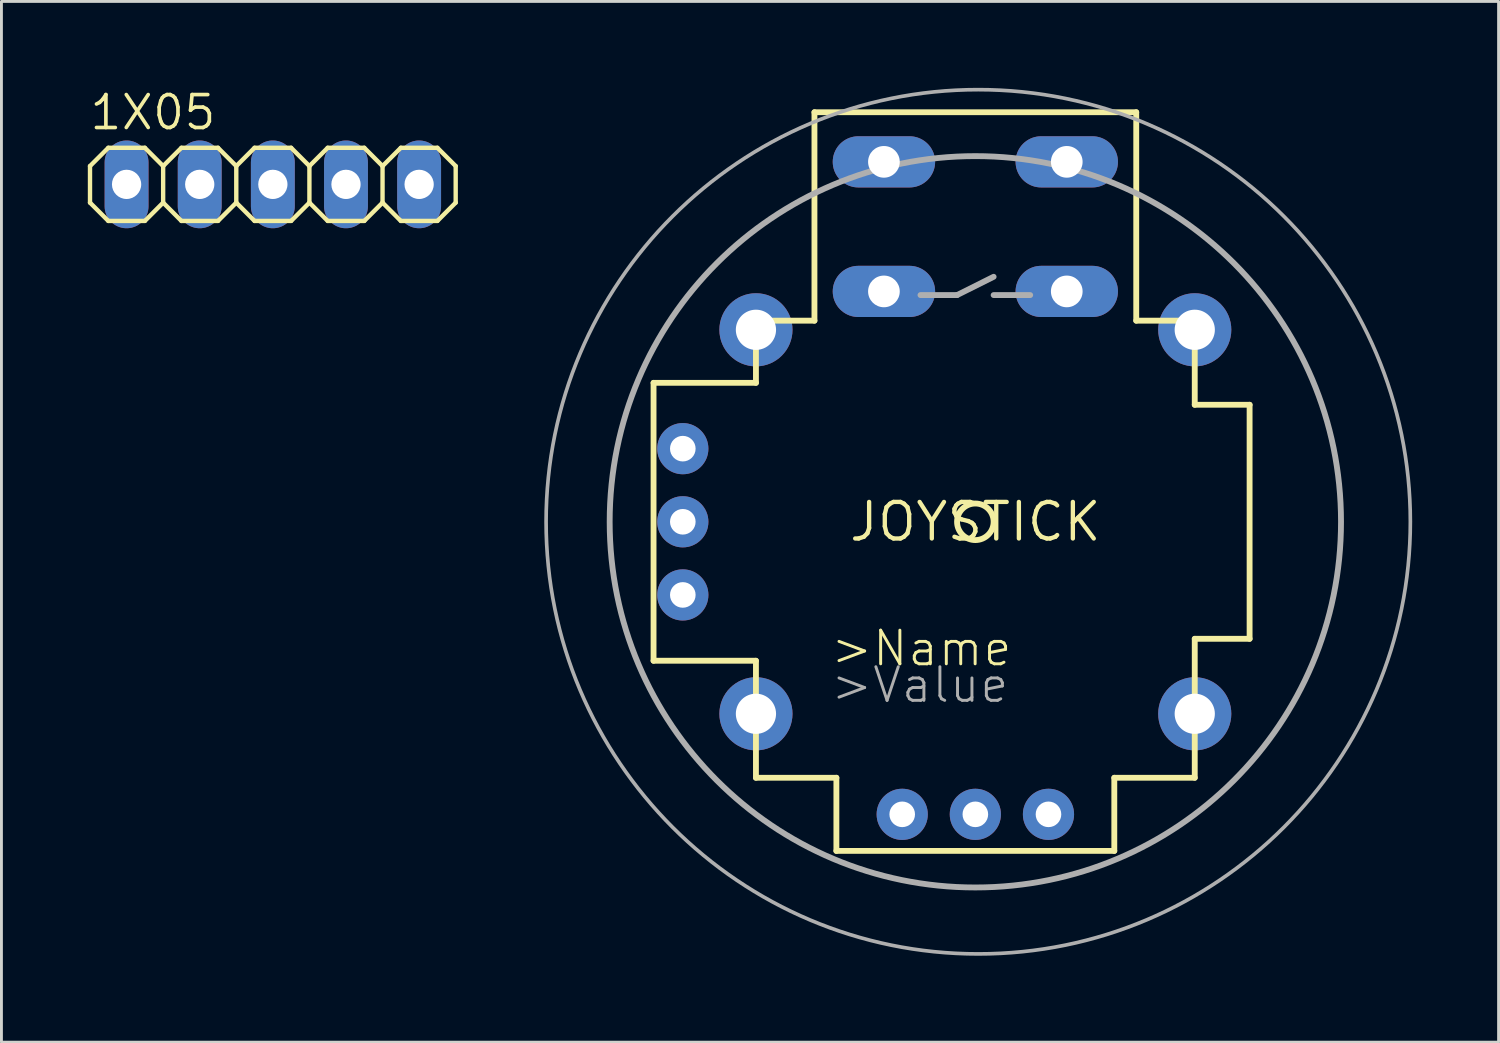
<source format=kicad_pcb>
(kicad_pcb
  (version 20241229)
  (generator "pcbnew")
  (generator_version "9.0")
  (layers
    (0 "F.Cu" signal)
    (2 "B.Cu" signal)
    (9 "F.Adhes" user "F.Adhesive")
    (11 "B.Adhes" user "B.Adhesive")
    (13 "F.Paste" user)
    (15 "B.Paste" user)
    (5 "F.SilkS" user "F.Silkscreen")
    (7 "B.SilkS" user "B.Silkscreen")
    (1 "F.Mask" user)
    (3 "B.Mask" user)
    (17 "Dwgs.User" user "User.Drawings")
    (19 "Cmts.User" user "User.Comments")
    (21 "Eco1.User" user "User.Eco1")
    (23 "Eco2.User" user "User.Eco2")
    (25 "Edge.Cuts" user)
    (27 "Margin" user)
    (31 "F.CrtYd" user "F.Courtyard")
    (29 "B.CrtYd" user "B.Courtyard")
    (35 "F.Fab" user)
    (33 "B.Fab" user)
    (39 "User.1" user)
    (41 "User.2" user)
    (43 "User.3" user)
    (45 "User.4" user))
  (footprint "1X05"
    (layer "F.Cu")
    (at 6.426 3.353)
    (property "Reference" "1X05" (at -6.426 -1.829 0) (layer "F.SilkS") (effects (font (size 1.143 1.143) (thickness 0.127)) (justify left bottom)))
    (fp_line (start -6.35 -0.635) (end -6.35 0.635) (stroke (width 0.152) (type solid)) (layer "F.SilkS"))
    (fp_line (start -6.35 0.635) (end -5.715 1.27) (stroke (width 0.152) (type solid)) (layer "F.SilkS"))
    (fp_line (start -5.715 -1.27) (end -6.35 -0.635) (stroke (width 0.152) (type solid)) (layer "F.SilkS"))
    (fp_line (start -5.715 -1.27) (end -4.445 -1.27) (stroke (width 0.152) (type solid)) (layer "F.SilkS"))
    (fp_line (start -4.445 -1.27) (end -3.81 -0.635) (stroke (width 0.152) (type solid)) (layer "F.SilkS"))
    (fp_line (start -4.445 1.27) (end -5.715 1.27) (stroke (width 0.152) (type solid)) (layer "F.SilkS"))
    (fp_line (start -3.81 -0.635) (end -3.81 0.635) (stroke (width 0.152) (type solid)) (layer "F.SilkS"))
    (fp_line (start -3.81 -0.635) (end -3.175 -1.27) (stroke (width 0.152) (type solid)) (layer "F.SilkS"))
    (fp_line (start -3.81 0.635) (end -4.445 1.27) (stroke (width 0.152) (type solid)) (layer "F.SilkS"))
    (fp_line (start -3.175 -1.27) (end -1.905 -1.27) (stroke (width 0.152) (type solid)) (layer "F.SilkS"))
    (fp_line (start -3.175 1.27) (end -3.81 0.635) (stroke (width 0.152) (type solid)) (layer "F.SilkS"))
    (fp_line (start -1.905 -1.27) (end -1.27 -0.635) (stroke (width 0.152) (type solid)) (layer "F.SilkS"))
    (fp_line (start -1.905 1.27) (end -3.175 1.27) (stroke (width 0.152) (type solid)) (layer "F.SilkS"))
    (fp_line (start -1.27 -0.635) (end -1.27 0.635) (stroke (width 0.152) (type solid)) (layer "F.SilkS"))
    (fp_line (start -1.27 -0.635) (end -0.635 -1.27) (stroke (width 0.152) (type solid)) (layer "F.SilkS"))
    (fp_line (start -1.27 0.635) (end -1.905 1.27) (stroke (width 0.152) (type solid)) (layer "F.SilkS"))
    (fp_line (start -0.635 -1.27) (end 0.635 -1.27) (stroke (width 0.152) (type solid)) (layer "F.SilkS"))
    (fp_line (start -0.635 1.27) (end -1.27 0.635) (stroke (width 0.152) (type solid)) (layer "F.SilkS"))
    (fp_line (start 0.635 -1.27) (end 1.27 -0.635) (stroke (width 0.152) (type solid)) (layer "F.SilkS"))
    (fp_line (start 0.635 1.27) (end -0.635 1.27) (stroke (width 0.152) (type solid)) (layer "F.SilkS"))
    (fp_line (start 1.27 -0.635) (end 1.27 0.635) (stroke (width 0.152) (type solid)) (layer "F.SilkS"))
    (fp_line (start 1.27 0.635) (end 0.635 1.27) (stroke (width 0.152) (type solid)) (layer "F.SilkS"))
    (fp_line (start 1.27 0.635) (end 1.905 1.27) (stroke (width 0.152) (type solid)) (layer "F.SilkS"))
    (fp_line (start 1.905 -1.27) (end 1.27 -0.635) (stroke (width 0.152) (type solid)) (layer "F.SilkS"))
    (fp_line (start 1.905 -1.27) (end 3.175 -1.27) (stroke (width 0.152) (type solid)) (layer "F.SilkS"))
    (fp_line (start 3.175 -1.27) (end 3.81 -0.635) (stroke (width 0.152) (type solid)) (layer "F.SilkS"))
    (fp_line (start 3.175 1.27) (end 1.905 1.27) (stroke (width 0.152) (type solid)) (layer "F.SilkS"))
    (fp_line (start 3.81 -0.635) (end 3.81 0.635) (stroke (width 0.152) (type solid)) (layer "F.SilkS"))
    (fp_line (start 3.81 0.635) (end 3.175 1.27) (stroke (width 0.152) (type solid)) (layer "F.SilkS"))
    (fp_line (start 3.81 0.635) (end 4.445 1.27) (stroke (width 0.152) (type solid)) (layer "F.SilkS"))
    (fp_line (start 4.445 -1.27) (end 3.81 -0.635) (stroke (width 0.152) (type solid)) (layer "F.SilkS"))
    (fp_line (start 4.445 -1.27) (end 5.715 -1.27) (stroke (width 0.152) (type solid)) (layer "F.SilkS"))
    (fp_line (start 5.715 -1.27) (end 6.35 -0.635) (stroke (width 0.152) (type solid)) (layer "F.SilkS"))
    (fp_line (start 5.715 1.27) (end 4.445 1.27) (stroke (width 0.152) (type solid)) (layer "F.SilkS"))
    (fp_line (start 6.35 -0.635) (end 6.35 0.635) (stroke (width 0.152) (type solid)) (layer "F.SilkS"))
    (fp_line (start 6.35 0.635) (end 5.715 1.27) (stroke (width 0.152) (type solid)) (layer "F.SilkS"))
    (fp_poly (pts (xy -5.334 0.254) (xy -4.826 0.254) (xy -4.826 -0.254) (xy -5.334 -0.254)) (stroke (width 0.1) (type solid)) (fill no) (layer "F.Fab"))
    (fp_poly (pts (xy -2.794 0.254) (xy -2.286 0.254) (xy -2.286 -0.254) (xy -2.794 -0.254)) (stroke (width 0.1) (type solid)) (fill no) (layer "F.Fab"))
    (fp_poly (pts (xy -0.254 0.254) (xy 0.254 0.254) (xy 0.254 -0.254) (xy -0.254 -0.254)) (stroke (width 0.1) (type solid)) (fill no) (layer "F.Fab"))
    (fp_poly (pts (xy 2.286 0.254) (xy 2.794 0.254) (xy 2.794 -0.254) (xy 2.286 -0.254)) (stroke (width 0.1) (type solid)) (fill no) (layer "F.Fab"))
    (fp_poly (pts (xy 4.826 0.254) (xy 5.334 0.254) (xy 5.334 -0.254) (xy 4.826 -0.254)) (stroke (width 0.1) (type solid)) (fill no) (layer "F.Fab"))
    (pad "1" thru_hole oval (at -5.08 0 90) (size 3.048 1.524) (drill 1.016) (layers "*.Cu" "*.Mask"))
    (pad "2" thru_hole oval (at -2.54 0 90) (size 3.048 1.524) (drill 1.016) (layers "*.Cu" "*.Mask"))
    (pad "3" thru_hole oval (at 0 0 90) (size 3.048 1.524) (drill 1.016) (layers "*.Cu" "*.Mask"))
    (pad "4" thru_hole oval (at 2.54 0 90) (size 3.048 1.524) (drill 1.016) (layers "*.Cu" "*.Mask"))
    (pad "5" thru_hole oval (at 5.08 0 90) (size 3.048 1.524) (drill 1.016) (layers "*.Cu" "*.Mask")))
  (footprint "JOYSTICK"
    (layer "F.Cu")
    (at 30.824 15.072)
    (property "Reference" "JOYSTICK" (at 0 0 0) (layer "F.SilkS") (effects (font (size 1.27 1.27) (thickness 0.15))))
    (fp_line (start -11.176 -4.826) (end -11.176 4.826) (stroke (width 0.203) (type solid)) (layer "F.SilkS"))
    (fp_line (start -7.62 -4.826) (end -11.176 -4.826) (stroke (width 0.203) (type solid)) (layer "F.SilkS"))
    (fp_line (start -7.62 -4.826) (end -7.62 -6.985) (stroke (width 0.203) (type solid)) (layer "F.SilkS"))
    (fp_line (start -7.62 4.826) (end -11.176 4.826) (stroke (width 0.203) (type solid)) (layer "F.SilkS"))
    (fp_line (start -7.62 4.826) (end -7.62 8.89) (stroke (width 0.203) (type solid)) (layer "F.SilkS"))
    (fp_line (start -5.588 -14.224) (end -5.588 -6.985) (stroke (width 0.203) (type solid)) (layer "F.SilkS"))
    (fp_line (start -5.588 -6.985) (end -7.62 -6.985) (stroke (width 0.203) (type solid)) (layer "F.SilkS"))
    (fp_line (start -4.826 8.89) (end -7.62 8.89) (stroke (width 0.203) (type solid)) (layer "F.SilkS"))
    (fp_line (start -4.826 11.43) (end -4.826 8.89) (stroke (width 0.203) (type solid)) (layer "F.SilkS"))
    (fp_line (start 4.826 8.89) (end 7.62 8.89) (stroke (width 0.203) (type solid)) (layer "F.SilkS"))
    (fp_line (start 4.826 11.43) (end -4.826 11.43) (stroke (width 0.203) (type solid)) (layer "F.SilkS"))
    (fp_line (start 4.826 11.43) (end 4.826 8.89) (stroke (width 0.203) (type solid)) (layer "F.SilkS"))
    (fp_line (start 5.588 -14.224) (end -5.588 -14.224) (stroke (width 0.203) (type solid)) (layer "F.SilkS"))
    (fp_line (start 5.588 -14.224) (end 5.588 -6.985) (stroke (width 0.203) (type solid)) (layer "F.SilkS"))
    (fp_line (start 7.62 -6.985) (end 5.588 -6.985) (stroke (width 0.203) (type solid)) (layer "F.SilkS"))
    (fp_line (start 7.62 -4.064) (end 7.62 -6.985) (stroke (width 0.203) (type solid)) (layer "F.SilkS"))
    (fp_line (start 7.62 -4.064) (end 9.525 -4.064) (stroke (width 0.203) (type solid)) (layer "F.SilkS"))
    (fp_line (start 7.62 4.064) (end 7.62 8.89) (stroke (width 0.203) (type solid)) (layer "F.SilkS"))
    (fp_line (start 7.62 4.064) (end 9.525 4.064) (stroke (width 0.203) (type solid)) (layer "F.SilkS"))
    (fp_line (start 9.525 -4.064) (end 9.525 4.064) (stroke (width 0.203) (type solid)) (layer "F.SilkS"))
    (fp_circle (center 0 0) (end 0.635 0) (stroke (width 0.203) (type solid)) (fill no) (layer "F.SilkS"))
    (fp_line (start -1.905 -7.874) (end -0.635 -7.874) (stroke (width 0.203) (type solid)) (layer "F.Fab"))
    (fp_line (start -0.635 -7.874) (end 0.635 -8.509) (stroke (width 0.203) (type solid)) (layer "F.Fab"))
    (fp_line (start 0.635 -7.874) (end 1.905 -7.874) (stroke (width 0.203) (type solid)) (layer "F.Fab"))
    (fp_circle (center 0 0) (end 12.7 0) (stroke (width 0.203) (type solid)) (fill no) (layer "F.Fab"))
    (fp_circle (center 0.1 0) (end 15.108 0) (stroke (width 0.127) (type solid)) (fill no) (layer "F.Fab"))
    (fp_text user ">Name" (at -5.08 5.08 0) (layer "F.SilkS") (effects (font (size 1.168 1.168) (thickness 0.102)) (justify left bottom)))
    (fp_text user ">Value" (at -5.08 6.35 0) (layer "F.Fab") (effects (font (size 1.168 1.168) (thickness 0.102)) (justify left bottom)))
    (pad "B1A" thru_hole oval (at -3.175 -12.501) (size 3.556 1.778) (drill 1.1) (layers "*.Cu" "*.Mask"))
    (pad "B1B" thru_hole oval (at 3.175 -12.501) (size 3.556 1.778) (drill 1.1) (layers "*.Cu" "*.Mask"))
    (pad "B2A" thru_hole oval (at -3.175 -8.001) (size 3.556 1.778) (drill 1.1) (layers "*.Cu" "*.Mask"))
    (pad "B2B" thru_hole oval (at 3.175 -8.001) (size 3.556 1.778) (drill 1.1) (layers "*.Cu" "*.Mask"))
    (pad "H1" thru_hole circle (at -2.54 10.16) (size 1.778 1.778) (drill 0.889) (layers "*.Cu" "*.Mask"))
    (pad "H2" thru_hole circle (at 0 10.16) (size 1.778 1.778) (drill 0.889) (layers "*.Cu" "*.Mask"))
    (pad "H3" thru_hole circle (at 2.54 10.16) (size 1.778 1.778) (drill 0.889) (layers "*.Cu" "*.Mask"))
    (pad "MOUNT1" thru_hole circle (at -7.62 -6.668) (size 2.54 2.54) (drill 1.397) (layers "*.Cu" "*.Mask"))
    (pad "MOUNT2" thru_hole circle (at -7.62 6.668) (size 2.54 2.54) (drill 1.397) (layers "*.Cu" "*.Mask"))
    (pad "MOUNT3" thru_hole circle (at 7.62 6.668) (size 2.54 2.54) (drill 1.397) (layers "*.Cu" "*.Mask"))
    (pad "MOUNT4" thru_hole circle (at 7.62 -6.668) (size 2.54 2.54) (drill 1.397) (layers "*.Cu" "*.Mask"))
    (pad "V1" thru_hole circle (at -10.16 -2.54) (size 1.778 1.778) (drill 0.889) (layers "*.Cu" "*.Mask"))
    (pad "V2" thru_hole circle (at -10.16 0) (size 1.778 1.778) (drill 0.889) (layers "*.Cu" "*.Mask"))
    (pad "V3" thru_hole circle (at -10.16 2.54) (size 1.778 1.778) (drill 0.889) (layers "*.Cu" "*.Mask")))
  (gr_rect
    (start -3 -3)
    (end 48.996 33.144)
    (stroke (width 0.1) (type default))
    (fill no)
    (layer "Edge.Cuts")))
</source>
